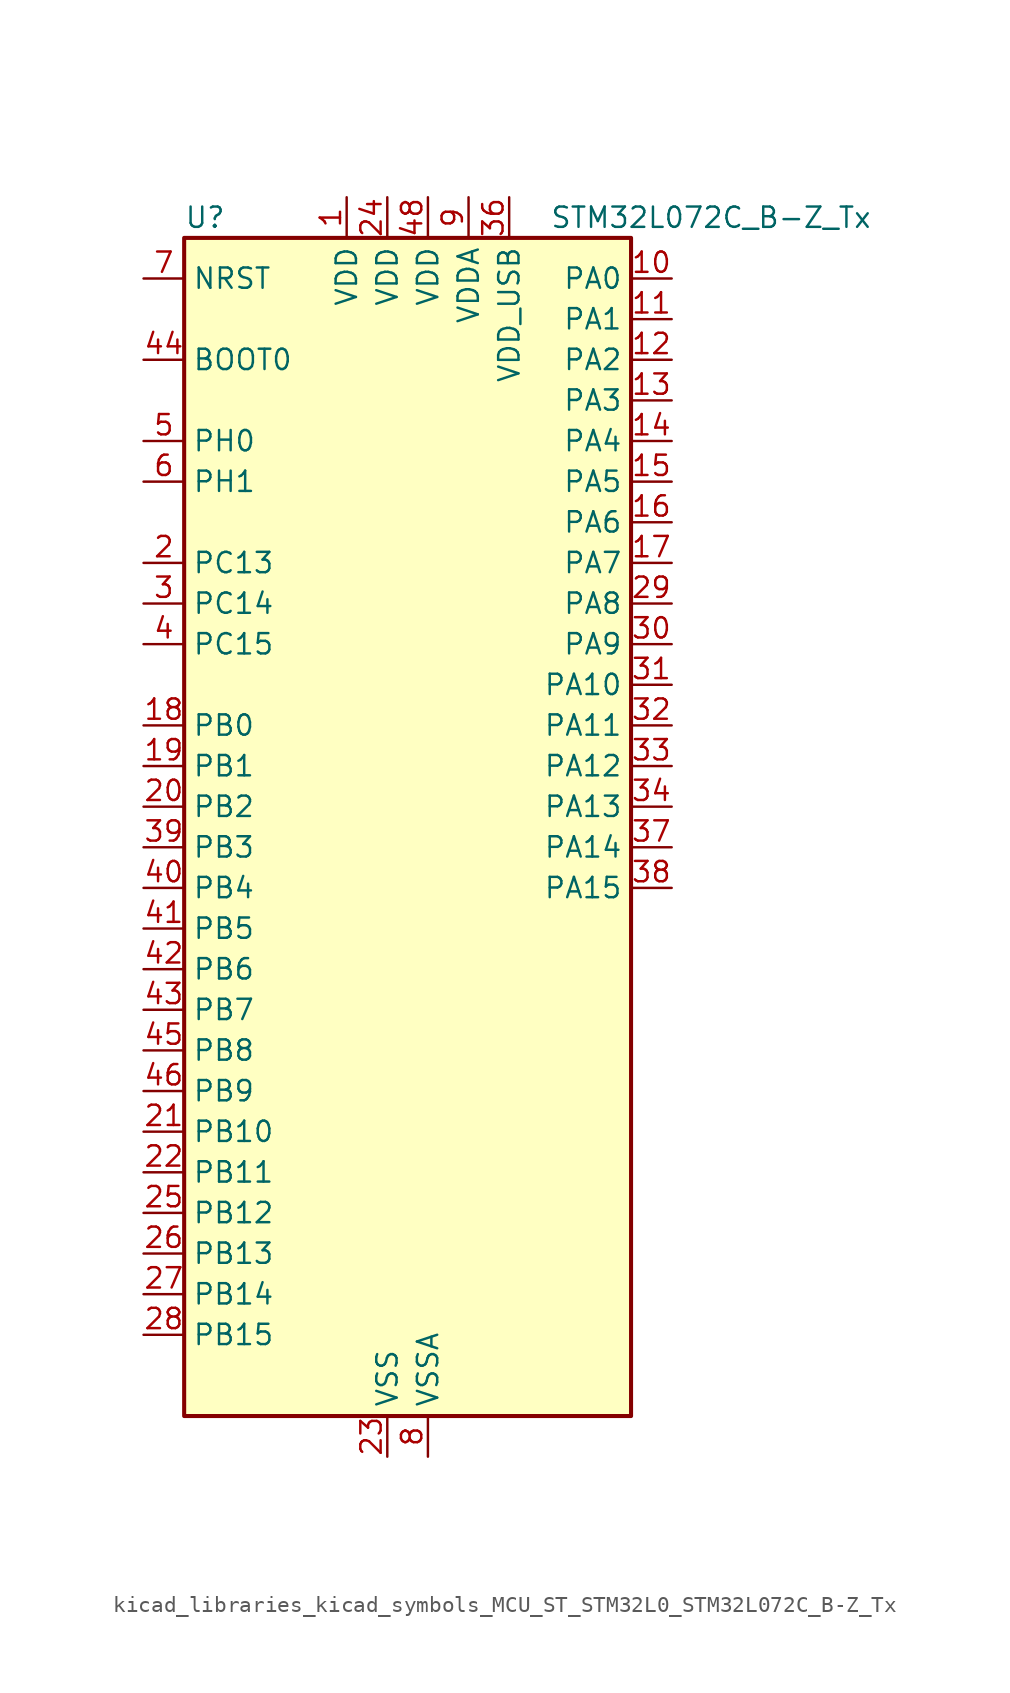
<source format=kicad_sym>
(kicad_symbol_lib
  (version 20220914)
  (generator kicad_symbol_editor)
  (symbol "kicad_libraries_kicad_symbols_MCU_ST_STM32L0_STM32L072C_B-Z_Tx"
    (property "Reference" "U"
      (at -12.7 39.37 0)
      (effects (font (size 1.27 1.27)) (justify left)))
    (property "Value" "STM32L072C_B-Z_Tx"
      (at 10.16 39.37 0)
      (effects (font (size 1.27 1.27)) (justify left)))
    (property "ki_locked" ""
      (at 0 0 0)
      (effects (font (size 1.27 1.27))))
    (symbol "kicad_libraries_kicad_symbols_MCU_ST_STM32L0_STM32L072C_B-Z_Tx_0_1"
      (rectangle (start -12.7 -35.56) (end 15.24 38.1) (stroke (width 0.254) (type default)) (fill (type background))))
    (symbol "kicad_libraries_kicad_symbols_MCU_ST_STM32L0_STM32L072C_B-Z_Tx_1_1"
      (pin power_in line (at -2.54 40.64 270) (length 2.54) (name "VDD" (effects (font (size 1.27 1.27)))) (number "1" (effects (font (size 1.27 1.27)))))
      (pin bidirectional line (at 17.78 35.56 180) (length 2.54) (name "PA0" (effects (font (size 1.27 1.27)))) (number "10" (effects (font (size 1.27 1.27)))) (alternate "ADC_IN0" bidirectional line) (alternate "COMP1_INM" bidirectional line) (alternate "COMP1_OUT" bidirectional line) (alternate "RTC_TAMP2" bidirectional line) (alternate "SYS_WKUP1" bidirectional line) (alternate "TIM2_CH1" bidirectional line) (alternate "TIM2_ETR" bidirectional line) (alternate "TSC_G1_IO1" bidirectional line) (alternate "USART2_CTS" bidirectional line) (alternate "USART4_TX" bidirectional line))
      (pin bidirectional line (at 17.78 33.02 180) (length 2.54) (name "PA1" (effects (font (size 1.27 1.27)))) (number "11" (effects (font (size 1.27 1.27)))) (alternate "ADC_IN1" bidirectional line) (alternate "COMP1_INP" bidirectional line) (alternate "TIM21_ETR" bidirectional line) (alternate "TIM2_CH2" bidirectional line) (alternate "TSC_G1_IO2" bidirectional line) (alternate "USART2_DE" bidirectional line) (alternate "USART2_RTS" bidirectional line) (alternate "USART4_RX" bidirectional line))
      (pin bidirectional line (at 17.78 30.48 180) (length 2.54) (name "PA2" (effects (font (size 1.27 1.27)))) (number "12" (effects (font (size 1.27 1.27)))) (alternate "ADC_IN2" bidirectional line) (alternate "COMP2_INM" bidirectional line) (alternate "COMP2_OUT" bidirectional line) (alternate "LPUART1_TX" bidirectional line) (alternate "TIM21_CH1" bidirectional line) (alternate "TIM2_CH3" bidirectional line) (alternate "TSC_G1_IO3" bidirectional line) (alternate "USART2_TX" bidirectional line))
      (pin bidirectional line (at 17.78 27.94 180) (length 2.54) (name "PA3" (effects (font (size 1.27 1.27)))) (number "13" (effects (font (size 1.27 1.27)))) (alternate "ADC_IN3" bidirectional line) (alternate "COMP2_INP" bidirectional line) (alternate "LPUART1_RX" bidirectional line) (alternate "TIM21_CH2" bidirectional line) (alternate "TIM2_CH4" bidirectional line) (alternate "TSC_G1_IO4" bidirectional line) (alternate "USART2_RX" bidirectional line))
      (pin bidirectional line (at 17.78 25.4 180) (length 2.54) (name "PA4" (effects (font (size 1.27 1.27)))) (number "14" (effects (font (size 1.27 1.27)))) (alternate "ADC_IN4" bidirectional line) (alternate "COMP1_INM" bidirectional line) (alternate "COMP2_INM" bidirectional line) (alternate "DAC_OUT1" bidirectional line) (alternate "SPI1_NSS" bidirectional line) (alternate "TIM22_ETR" bidirectional line) (alternate "TSC_G2_IO1" bidirectional line) (alternate "USART2_CK" bidirectional line))
      (pin bidirectional line (at 17.78 22.86 180) (length 2.54) (name "PA5" (effects (font (size 1.27 1.27)))) (number "15" (effects (font (size 1.27 1.27)))) (alternate "ADC_IN5" bidirectional line) (alternate "COMP1_INM" bidirectional line) (alternate "COMP2_INM" bidirectional line) (alternate "DAC_OUT2" bidirectional line) (alternate "SPI1_SCK" bidirectional line) (alternate "TIM2_CH1" bidirectional line) (alternate "TIM2_ETR" bidirectional line) (alternate "TSC_G2_IO2" bidirectional line))
      (pin bidirectional line (at 17.78 20.32 180) (length 2.54) (name "PA6" (effects (font (size 1.27 1.27)))) (number "16" (effects (font (size 1.27 1.27)))) (alternate "ADC_IN6" bidirectional line) (alternate "COMP1_OUT" bidirectional line) (alternate "LPUART1_CTS" bidirectional line) (alternate "SPI1_MISO" bidirectional line) (alternate "TIM22_CH1" bidirectional line) (alternate "TIM3_CH1" bidirectional line) (alternate "TSC_G2_IO3" bidirectional line))
      (pin bidirectional line (at 17.78 17.78 180) (length 2.54) (name "PA7" (effects (font (size 1.27 1.27)))) (number "17" (effects (font (size 1.27 1.27)))) (alternate "ADC_IN7" bidirectional line) (alternate "COMP2_OUT" bidirectional line) (alternate "SPI1_MOSI" bidirectional line) (alternate "TIM22_CH2" bidirectional line) (alternate "TIM3_CH2" bidirectional line) (alternate "TSC_G2_IO4" bidirectional line))
      (pin bidirectional line (at -15.24 7.62 0) (length 2.54) (name "PB0" (effects (font (size 1.27 1.27)))) (number "18" (effects (font (size 1.27 1.27)))) (alternate "ADC_IN8" bidirectional line) (alternate "SYS_VREF_OUT_PB0" bidirectional line) (alternate "TIM3_CH3" bidirectional line) (alternate "TSC_G3_IO2" bidirectional line))
      (pin bidirectional line (at -15.24 5.08 0) (length 2.54) (name "PB1" (effects (font (size 1.27 1.27)))) (number "19" (effects (font (size 1.27 1.27)))) (alternate "ADC_IN9" bidirectional line) (alternate "LPUART1_DE" bidirectional line) (alternate "LPUART1_RTS" bidirectional line) (alternate "SYS_VREF_OUT_PB1" bidirectional line) (alternate "TIM3_CH4" bidirectional line) (alternate "TSC_G3_IO3" bidirectional line))
      (pin bidirectional line (at -15.24 17.78 0) (length 2.54) (name "PC13" (effects (font (size 1.27 1.27)))) (number "2" (effects (font (size 1.27 1.27)))) (alternate "RTC_OUT_ALARM" bidirectional line) (alternate "RTC_OUT_CALIB" bidirectional line) (alternate "RTC_TAMP1" bidirectional line) (alternate "RTC_TS" bidirectional line) (alternate "SYS_WKUP2" bidirectional line))
      (pin bidirectional line (at -15.24 2.54 0) (length 2.54) (name "PB2" (effects (font (size 1.27 1.27)))) (number "20" (effects (font (size 1.27 1.27)))) (alternate "I2C3_SMBA" bidirectional line) (alternate "LPTIM1_OUT" bidirectional line) (alternate "TSC_G3_IO4" bidirectional line))
      (pin bidirectional line (at -15.24 -17.78 0) (length 2.54) (name "PB10" (effects (font (size 1.27 1.27)))) (number "21" (effects (font (size 1.27 1.27)))) (alternate "I2C2_SCL" bidirectional line) (alternate "LPUART1_RX" bidirectional line) (alternate "LPUART1_TX" bidirectional line) (alternate "SPI2_SCK" bidirectional line) (alternate "TIM2_CH3" bidirectional line) (alternate "TSC_SYNC" bidirectional line))
      (pin bidirectional line (at -15.24 -20.32 0) (length 2.54) (name "PB11" (effects (font (size 1.27 1.27)))) (number "22" (effects (font (size 1.27 1.27)))) (alternate "ADC_EXTI11" bidirectional line) (alternate "I2C2_SDA" bidirectional line) (alternate "LPUART1_RX" bidirectional line) (alternate "LPUART1_TX" bidirectional line) (alternate "TIM2_CH4" bidirectional line) (alternate "TSC_G6_IO1" bidirectional line))
      (pin power_in line (at 0 -38.1 90) (length 2.54) (name "VSS" (effects (font (size 1.27 1.27)))) (number "23" (effects (font (size 1.27 1.27)))))
      (pin power_in line (at 0 40.64 270) (length 2.54) (name "VDD" (effects (font (size 1.27 1.27)))) (number "24" (effects (font (size 1.27 1.27)))))
      (pin bidirectional line (at -15.24 -22.86 0) (length 2.54) (name "PB12" (effects (font (size 1.27 1.27)))) (number "25" (effects (font (size 1.27 1.27)))) (alternate "I2S2_WS" bidirectional line) (alternate "LPUART1_DE" bidirectional line) (alternate "LPUART1_RTS" bidirectional line) (alternate "SPI2_NSS" bidirectional line) (alternate "TSC_G6_IO2" bidirectional line))
      (pin bidirectional line (at -15.24 -25.4 0) (length 2.54) (name "PB13" (effects (font (size 1.27 1.27)))) (number "26" (effects (font (size 1.27 1.27)))) (alternate "I2C2_SCL" bidirectional line) (alternate "I2S2_CK" bidirectional line) (alternate "LPUART1_CTS" bidirectional line) (alternate "RCC_MCO" bidirectional line) (alternate "SPI2_SCK" bidirectional line) (alternate "TIM21_CH1" bidirectional line) (alternate "TSC_G6_IO3" bidirectional line))
      (pin bidirectional line (at -15.24 -27.94 0) (length 2.54) (name "PB14" (effects (font (size 1.27 1.27)))) (number "27" (effects (font (size 1.27 1.27)))) (alternate "I2C2_SDA" bidirectional line) (alternate "I2S2_MCK" bidirectional line) (alternate "LPUART1_DE" bidirectional line) (alternate "LPUART1_RTS" bidirectional line) (alternate "RTC_OUT_ALARM" bidirectional line) (alternate "RTC_OUT_CALIB" bidirectional line) (alternate "SPI2_MISO" bidirectional line) (alternate "TIM21_CH2" bidirectional line) (alternate "TSC_G6_IO4" bidirectional line))
      (pin bidirectional line (at -15.24 -30.48 0) (length 2.54) (name "PB15" (effects (font (size 1.27 1.27)))) (number "28" (effects (font (size 1.27 1.27)))) (alternate "I2S2_SD" bidirectional line) (alternate "RTC_REFIN" bidirectional line) (alternate "SPI2_MOSI" bidirectional line))
      (pin bidirectional line (at 17.78 15.24 180) (length 2.54) (name "PA8" (effects (font (size 1.27 1.27)))) (number "29" (effects (font (size 1.27 1.27)))) (alternate "CRS_SYNC" bidirectional line) (alternate "I2C3_SCL" bidirectional line) (alternate "RCC_MCO" bidirectional line) (alternate "USART1_CK" bidirectional line))
      (pin bidirectional line (at -15.24 15.24 0) (length 2.54) (name "PC14" (effects (font (size 1.27 1.27)))) (number "3" (effects (font (size 1.27 1.27)))) (alternate "RCC_OSC32_IN" bidirectional line))
      (pin bidirectional line (at 17.78 12.7 180) (length 2.54) (name "PA9" (effects (font (size 1.27 1.27)))) (number "30" (effects (font (size 1.27 1.27)))) (alternate "DAC_EXTI9" bidirectional line) (alternate "I2C1_SCL" bidirectional line) (alternate "I2C3_SMBA" bidirectional line) (alternate "RCC_MCO" bidirectional line) (alternate "TSC_G4_IO1" bidirectional line) (alternate "USART1_TX" bidirectional line))
      (pin bidirectional line (at 17.78 10.16 180) (length 2.54) (name "PA10" (effects (font (size 1.27 1.27)))) (number "31" (effects (font (size 1.27 1.27)))) (alternate "I2C1_SDA" bidirectional line) (alternate "TSC_G4_IO2" bidirectional line) (alternate "USART1_RX" bidirectional line))
      (pin bidirectional line (at 17.78 7.62 180) (length 2.54) (name "PA11" (effects (font (size 1.27 1.27)))) (number "32" (effects (font (size 1.27 1.27)))) (alternate "ADC_EXTI11" bidirectional line) (alternate "COMP1_OUT" bidirectional line) (alternate "SPI1_MISO" bidirectional line) (alternate "TSC_G4_IO3" bidirectional line) (alternate "USART1_CTS" bidirectional line) (alternate "USB_DM" bidirectional line))
      (pin bidirectional line (at 17.78 5.08 180) (length 2.54) (name "PA12" (effects (font (size 1.27 1.27)))) (number "33" (effects (font (size 1.27 1.27)))) (alternate "COMP2_OUT" bidirectional line) (alternate "SPI1_MOSI" bidirectional line) (alternate "TSC_G4_IO4" bidirectional line) (alternate "USART1_DE" bidirectional line) (alternate "USART1_RTS" bidirectional line) (alternate "USB_DP" bidirectional line))
      (pin bidirectional line (at 17.78 2.54 180) (length 2.54) (name "PA13" (effects (font (size 1.27 1.27)))) (number "34" (effects (font (size 1.27 1.27)))) (alternate "LPUART1_RX" bidirectional line) (alternate "SYS_SWDIO" bidirectional line) (alternate "USB_NOE" bidirectional line))
      (pin passive line (at 0 -38.1 90) (length 2.54) hide (name "VSS" (effects (font (size 1.27 1.27)))) (number "35" (effects (font (size 1.27 1.27)))))
      (pin power_in line (at 7.62 40.64 270) (length 2.54) (name "VDD_USB" (effects (font (size 1.27 1.27)))) (number "36" (effects (font (size 1.27 1.27)))))
      (pin bidirectional line (at 17.78 0 180) (length 2.54) (name "PA14" (effects (font (size 1.27 1.27)))) (number "37" (effects (font (size 1.27 1.27)))) (alternate "LPUART1_TX" bidirectional line) (alternate "SYS_SWCLK" bidirectional line) (alternate "USART2_TX" bidirectional line))
      (pin bidirectional line (at 17.78 -2.54 180) (length 2.54) (name "PA15" (effects (font (size 1.27 1.27)))) (number "38" (effects (font (size 1.27 1.27)))) (alternate "SPI1_NSS" bidirectional line) (alternate "TIM2_CH1" bidirectional line) (alternate "TIM2_ETR" bidirectional line) (alternate "USART2_RX" bidirectional line) (alternate "USART4_DE" bidirectional line) (alternate "USART4_RTS" bidirectional line))
      (pin bidirectional line (at -15.24 0 0) (length 2.54) (name "PB3" (effects (font (size 1.27 1.27)))) (number "39" (effects (font (size 1.27 1.27)))) (alternate "COMP2_INM" bidirectional line) (alternate "SPI1_SCK" bidirectional line) (alternate "TIM2_CH2" bidirectional line) (alternate "TSC_G5_IO1" bidirectional line) (alternate "USART1_DE" bidirectional line) (alternate "USART1_RTS" bidirectional line) (alternate "USART5_TX" bidirectional line))
      (pin bidirectional line (at -15.24 12.7 0) (length 2.54) (name "PC15" (effects (font (size 1.27 1.27)))) (number "4" (effects (font (size 1.27 1.27)))) (alternate "RCC_OSC32_OUT" bidirectional line))
      (pin bidirectional line (at -15.24 -2.54 0) (length 2.54) (name "PB4" (effects (font (size 1.27 1.27)))) (number "40" (effects (font (size 1.27 1.27)))) (alternate "COMP2_INP" bidirectional line) (alternate "I2C3_SDA" bidirectional line) (alternate "SPI1_MISO" bidirectional line) (alternate "TIM22_CH1" bidirectional line) (alternate "TIM3_CH1" bidirectional line) (alternate "TSC_G5_IO2" bidirectional line) (alternate "USART1_CTS" bidirectional line) (alternate "USART5_RX" bidirectional line))
      (pin bidirectional line (at -15.24 -5.08 0) (length 2.54) (name "PB5" (effects (font (size 1.27 1.27)))) (number "41" (effects (font (size 1.27 1.27)))) (alternate "COMP2_INP" bidirectional line) (alternate "I2C1_SMBA" bidirectional line) (alternate "LPTIM1_IN1" bidirectional line) (alternate "SPI1_MOSI" bidirectional line) (alternate "TIM22_CH2" bidirectional line) (alternate "TIM3_CH2" bidirectional line) (alternate "USART1_CK" bidirectional line) (alternate "USART5_CK" bidirectional line) (alternate "USART5_DE" bidirectional line) (alternate "USART5_RTS" bidirectional line))
      (pin bidirectional line (at -15.24 -7.62 0) (length 2.54) (name "PB6" (effects (font (size 1.27 1.27)))) (number "42" (effects (font (size 1.27 1.27)))) (alternate "COMP2_INP" bidirectional line) (alternate "I2C1_SCL" bidirectional line) (alternate "LPTIM1_ETR" bidirectional line) (alternate "TSC_G5_IO3" bidirectional line) (alternate "USART1_TX" bidirectional line))
      (pin bidirectional line (at -15.24 -10.16 0) (length 2.54) (name "PB7" (effects (font (size 1.27 1.27)))) (number "43" (effects (font (size 1.27 1.27)))) (alternate "COMP2_INP" bidirectional line) (alternate "I2C1_SDA" bidirectional line) (alternate "LPTIM1_IN2" bidirectional line) (alternate "SYS_PVD_IN" bidirectional line) (alternate "TSC_G5_IO4" bidirectional line) (alternate "USART1_RX" bidirectional line) (alternate "USART4_CTS" bidirectional line))
      (pin input line (at -15.24 30.48 0) (length 2.54) (name "BOOT0" (effects (font (size 1.27 1.27)))) (number "44" (effects (font (size 1.27 1.27)))))
      (pin bidirectional line (at -15.24 -12.7 0) (length 2.54) (name "PB8" (effects (font (size 1.27 1.27)))) (number "45" (effects (font (size 1.27 1.27)))) (alternate "I2C1_SCL" bidirectional line) (alternate "TSC_SYNC" bidirectional line))
      (pin bidirectional line (at -15.24 -15.24 0) (length 2.54) (name "PB9" (effects (font (size 1.27 1.27)))) (number "46" (effects (font (size 1.27 1.27)))) (alternate "DAC_EXTI9" bidirectional line) (alternate "I2C1_SDA" bidirectional line) (alternate "I2S2_WS" bidirectional line) (alternate "SPI2_NSS" bidirectional line))
      (pin passive line (at 0 -38.1 90) (length 2.54) hide (name "VSS" (effects (font (size 1.27 1.27)))) (number "47" (effects (font (size 1.27 1.27)))))
      (pin power_in line (at 2.54 40.64 270) (length 2.54) (name "VDD" (effects (font (size 1.27 1.27)))) (number "48" (effects (font (size 1.27 1.27)))))
      (pin bidirectional line (at -15.24 25.4 0) (length 2.54) (name "PH0" (effects (font (size 1.27 1.27)))) (number "5" (effects (font (size 1.27 1.27)))) (alternate "CRS_SYNC" bidirectional line) (alternate "RCC_OSC_IN" bidirectional line))
      (pin bidirectional line (at -15.24 22.86 0) (length 2.54) (name "PH1" (effects (font (size 1.27 1.27)))) (number "6" (effects (font (size 1.27 1.27)))) (alternate "RCC_OSC_OUT" bidirectional line))
      (pin input line (at -15.24 35.56 0) (length 2.54) (name "NRST" (effects (font (size 1.27 1.27)))) (number "7" (effects (font (size 1.27 1.27)))))
      (pin power_in line (at 2.54 -38.1 90) (length 2.54) (name "VSSA" (effects (font (size 1.27 1.27)))) (number "8" (effects (font (size 1.27 1.27)))))
      (pin power_in line (at 5.08 40.64 270) (length 2.54) (name "VDDA" (effects (font (size 1.27 1.27)))) (number "9" (effects (font (size 1.27 1.27))))))))
</source>
